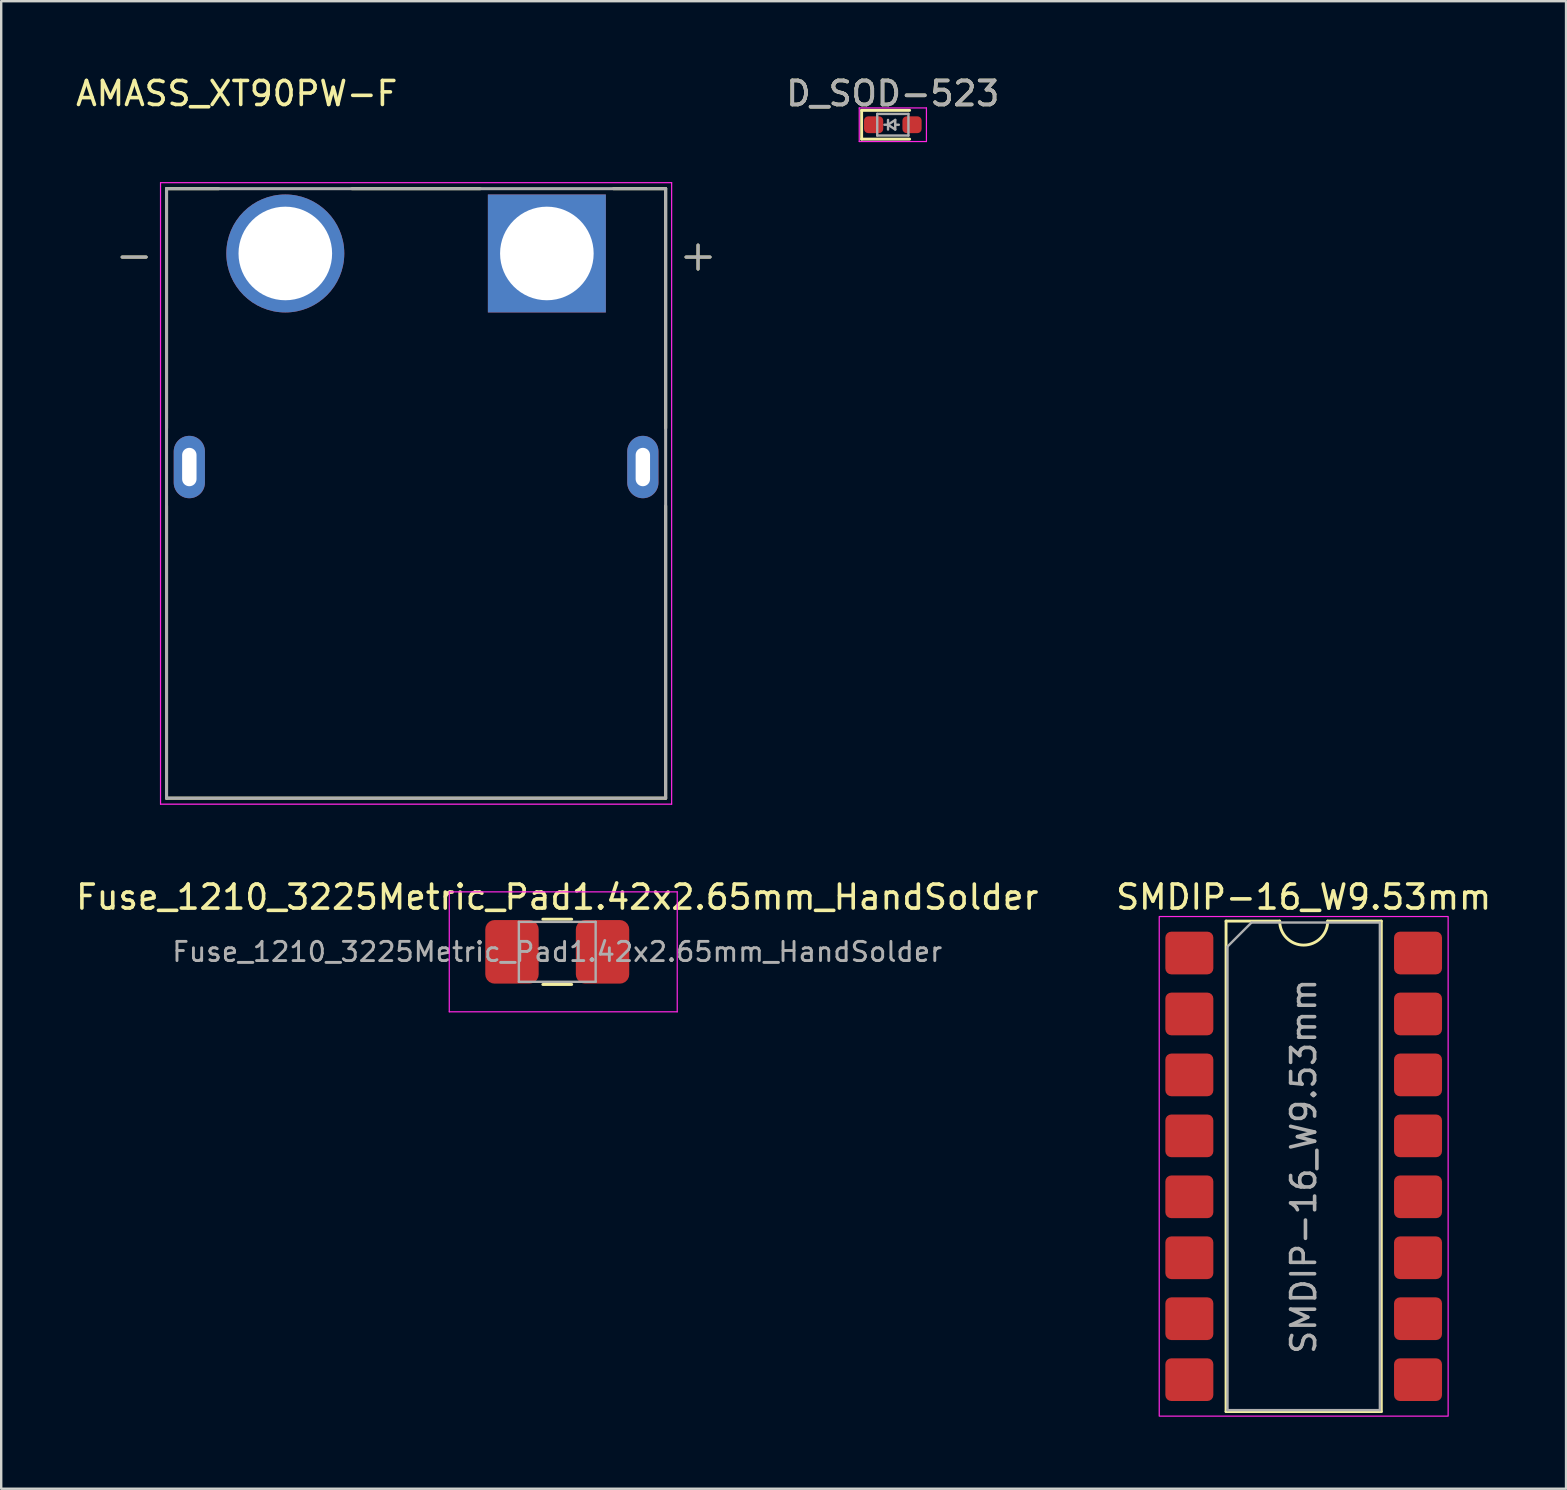
<source format=kicad_pcb>
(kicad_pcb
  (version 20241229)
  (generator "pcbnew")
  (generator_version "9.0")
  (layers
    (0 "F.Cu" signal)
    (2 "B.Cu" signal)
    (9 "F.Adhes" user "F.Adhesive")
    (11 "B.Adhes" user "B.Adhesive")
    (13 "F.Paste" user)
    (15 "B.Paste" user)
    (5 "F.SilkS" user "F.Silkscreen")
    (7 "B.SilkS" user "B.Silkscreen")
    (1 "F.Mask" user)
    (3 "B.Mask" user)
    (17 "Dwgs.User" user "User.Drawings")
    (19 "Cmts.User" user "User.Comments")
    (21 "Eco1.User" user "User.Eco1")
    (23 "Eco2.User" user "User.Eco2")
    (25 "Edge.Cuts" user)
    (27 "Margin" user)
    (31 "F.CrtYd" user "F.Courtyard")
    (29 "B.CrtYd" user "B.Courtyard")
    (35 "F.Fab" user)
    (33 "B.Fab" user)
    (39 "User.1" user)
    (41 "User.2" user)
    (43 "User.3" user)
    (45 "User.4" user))
  (footprint "D_SOD-523"
    (layer "F.Cu")
    (at 34.158 2.148)
    (property "Reference" "D_SOD-523" (at 0 -1.3 0) (layer "F.SilkS") (effects (font (size 1 1) (thickness 0.15))))
    (attr smd)
    (fp_line (start -1.3 -0.6) (end -1.3 0.6) (stroke (width 0.12) (type solid)) (layer "F.SilkS"))
    (fp_line (start 0.7 -0.6) (end -1.3 -0.6) (stroke (width 0.12) (type solid)) (layer "F.SilkS"))
    (fp_line (start 0.7 0.6) (end -1.3 0.6) (stroke (width 0.12) (type solid)) (layer "F.SilkS"))
    (fp_line (start -1.4 -0.7) (end 1.4 -0.7) (stroke (width 0.05) (type solid)) (layer "F.CrtYd"))
    (fp_line (start -1.4 0.7) (end -1.4 -0.7) (stroke (width 0.05) (type solid)) (layer "F.CrtYd"))
    (fp_line (start 1.4 -0.7) (end 1.4 0.7) (stroke (width 0.05) (type solid)) (layer "F.CrtYd"))
    (fp_line (start 1.4 0.7) (end -1.4 0.7) (stroke (width 0.05) (type solid)) (layer "F.CrtYd"))
    (fp_line (start -0.65 -0.45) (end 0.65 -0.45) (stroke (width 0.1) (type solid)) (layer "F.Fab"))
    (fp_line (start -0.65 0.45) (end -0.65 -0.45) (stroke (width 0.1) (type solid)) (layer "F.Fab"))
    (fp_line (start -0.2 0) (end -0.35 0) (stroke (width 0.1) (type solid)) (layer "F.Fab"))
    (fp_line (start -0.2 0) (end 0.1 0.2) (stroke (width 0.1) (type solid)) (layer "F.Fab"))
    (fp_line (start -0.2 0.2) (end -0.2 -0.2) (stroke (width 0.1) (type solid)) (layer "F.Fab"))
    (fp_line (start 0.1 -0.2) (end -0.2 0) (stroke (width 0.1) (type solid)) (layer "F.Fab"))
    (fp_line (start 0.1 0) (end 0.25 0) (stroke (width 0.1) (type solid)) (layer "F.Fab"))
    (fp_line (start 0.1 0.2) (end 0.1 -0.2) (stroke (width 0.1) (type solid)) (layer "F.Fab"))
    (fp_line (start 0.65 -0.45) (end 0.65 0.45) (stroke (width 0.1) (type solid)) (layer "F.Fab"))
    (fp_line (start 0.65 0.45) (end -0.65 0.45) (stroke (width 0.1) (type solid)) (layer "F.Fab"))
    (fp_text user "${REFERENCE}" (at 0 -1.3 0) (layer "F.Fab") (effects (font (size 1 1) (thickness 0.15))))
    (pad "1" smd roundrect (at -0.8 0 180) (size 0.8 0.7) (layers "F.Cu" "F.Mask" "F.Paste") (roundrect_rratio 0.25))
    (pad "2" smd roundrect (at 0.8 0 180) (size 0.8 0.7) (layers "F.Cu" "F.Mask" "F.Paste") (roundrect_rratio 0.25)))
  (footprint "SMDIP-16_W9.53mm"
    (layer "F.Cu")
    (at 51.28 45.556)
    (property "Reference" "SMDIP-16_W9.53mm" (at 0 -11.22 0) (layer "F.SilkS") (effects (font (size 1 1) (thickness 0.15))))
    (attr smd)
    (fp_line (start -3.235 -10.22) (end -3.235 10.22) (stroke (width 0.12) (type solid)) (layer "F.SilkS"))
    (fp_line (start -3.235 10.22) (end 3.235 10.22) (stroke (width 0.12) (type solid)) (layer "F.SilkS"))
    (fp_line (start -1 -10.22) (end -3.235 -10.22) (stroke (width 0.12) (type solid)) (layer "F.SilkS"))
    (fp_line (start 3.235 -10.22) (end 1 -10.22) (stroke (width 0.12) (type solid)) (layer "F.SilkS"))
    (fp_line (start 3.235 10.22) (end 3.235 -10.22) (stroke (width 0.12) (type solid)) (layer "F.SilkS"))
    (fp_arc (start 1 -10.22) (mid 0 -9.22) (end -1 -10.22) (stroke (width 0.12) (type solid)) (layer "F.SilkS"))
    (fp_rect (start -6.02 -10.41) (end 6.02 10.41) (stroke (width 0.05) (type solid)) (fill no) (layer "F.CrtYd"))
    (fp_line (start -3.175 -9.16) (end -2.175 -10.16) (stroke (width 0.1) (type solid)) (layer "F.Fab"))
    (fp_line (start -3.175 10.16) (end -3.175 -9.16) (stroke (width 0.1) (type solid)) (layer "F.Fab"))
    (fp_line (start -2.175 -10.16) (end 3.175 -10.16) (stroke (width 0.1) (type solid)) (layer "F.Fab"))
    (fp_line (start 3.175 -10.16) (end 3.175 10.16) (stroke (width 0.1) (type solid)) (layer "F.Fab"))
    (fp_line (start 3.175 10.16) (end -3.175 10.16) (stroke (width 0.1) (type solid)) (layer "F.Fab"))
    (fp_text user "${REFERENCE}" (at 0 0 90) (layer "F.Fab") (effects (font (size 1 1) (thickness 0.15))))
    (pad "1" smd roundrect (at -4.765 -8.89) (size 2 1.78) (layers "F.Cu" "F.Mask" "F.Paste") (roundrect_rratio 0.14))
    (pad "2" smd roundrect (at -4.765 -6.35) (size 2 1.78) (layers "F.Cu" "F.Mask" "F.Paste") (roundrect_rratio 0.14))
    (pad "3" smd roundrect (at -4.765 -3.81) (size 2 1.78) (layers "F.Cu" "F.Mask" "F.Paste") (roundrect_rratio 0.14))
    (pad "4" smd roundrect (at -4.765 -1.27) (size 2 1.78) (layers "F.Cu" "F.Mask" "F.Paste") (roundrect_rratio 0.14))
    (pad "5" smd roundrect (at -4.765 1.27) (size 2 1.78) (layers "F.Cu" "F.Mask" "F.Paste") (roundrect_rratio 0.14))
    (pad "6" smd roundrect (at -4.765 3.81) (size 2 1.78) (layers "F.Cu" "F.Mask" "F.Paste") (roundrect_rratio 0.14))
    (pad "7" smd roundrect (at -4.765 6.35) (size 2 1.78) (layers "F.Cu" "F.Mask" "F.Paste") (roundrect_rratio 0.14))
    (pad "8" smd roundrect (at -4.765 8.89) (size 2 1.78) (layers "F.Cu" "F.Mask" "F.Paste") (roundrect_rratio 0.14))
    (pad "9" smd roundrect (at 4.765 8.89) (size 2 1.78) (layers "F.Cu" "F.Mask" "F.Paste") (roundrect_rratio 0.14))
    (pad "10" smd roundrect (at 4.765 6.35) (size 2 1.78) (layers "F.Cu" "F.Mask" "F.Paste") (roundrect_rratio 0.14))
    (pad "11" smd roundrect (at 4.765 3.81) (size 2 1.78) (layers "F.Cu" "F.Mask" "F.Paste") (roundrect_rratio 0.14))
    (pad "12" smd roundrect (at 4.765 1.27) (size 2 1.78) (layers "F.Cu" "F.Mask" "F.Paste") (roundrect_rratio 0.14))
    (pad "13" smd roundrect (at 4.765 -1.27) (size 2 1.78) (layers "F.Cu" "F.Mask" "F.Paste") (roundrect_rratio 0.14))
    (pad "14" smd roundrect (at 4.765 -3.81) (size 2 1.78) (layers "F.Cu" "F.Mask" "F.Paste") (roundrect_rratio 0.14))
    (pad "15" smd roundrect (at 4.765 -6.35) (size 2 1.78) (layers "F.Cu" "F.Mask" "F.Paste") (roundrect_rratio 0.14))
    (pad "16" smd roundrect (at 4.765 -8.89) (size 2 1.78) (layers "F.Cu" "F.Mask" "F.Paste") (roundrect_rratio 0.14)))
  (footprint "AMASS_XT90PW-F"
    (layer "F.Cu")
    (at 14.29 16.413)
    (property "Reference" "AMASS_XT90PW-F" (at -7.475 -15.565 0) (layer "F.SilkS") (effects (font (size 1 1) (thickness 0.15))))
    (attr through_hole)
    (fp_line (start -11.25 -8.75) (end -12.25 -8.75) (stroke (width 0.127) (type solid)) (layer "F.SilkS"))
    (fp_line (start -10.4 -11.6) (end -10.4 -1.62) (stroke (width 0.127) (type solid)) (layer "F.SilkS"))
    (fp_line (start -10.4 -11.6) (end -8.228 -11.6) (stroke (width 0.127) (type solid)) (layer "F.SilkS"))
    (fp_line (start -10.4 13.8) (end -10.4 1.62) (stroke (width 0.127) (type solid)) (layer "F.SilkS"))
    (fp_line (start 2.672 -11.6) (end -2.672 -11.6) (stroke (width 0.127) (type solid)) (layer "F.SilkS"))
    (fp_line (start 8.228 -11.6) (end 10.4 -11.6) (stroke (width 0.127) (type solid)) (layer "F.SilkS"))
    (fp_line (start 10.4 -11.6) (end 10.4 -1.62) (stroke (width 0.127) (type solid)) (layer "F.SilkS"))
    (fp_line (start 10.4 1.62) (end 10.4 13.8) (stroke (width 0.127) (type solid)) (layer "F.SilkS"))
    (fp_line (start 10.4 13.8) (end -10.4 13.8) (stroke (width 0.127) (type solid)) (layer "F.SilkS"))
    (fp_line (start 11.25 -8.75) (end 12.25 -8.75) (stroke (width 0.127) (type solid)) (layer "F.SilkS"))
    (fp_line (start 11.75 -8.25) (end 11.75 -9.25) (stroke (width 0.127) (type solid)) (layer "F.SilkS"))
    (fp_line (start -10.65 -11.85) (end -10.65 14.05) (stroke (width 0.05) (type solid)) (layer "F.CrtYd"))
    (fp_line (start -10.65 14.05) (end 10.65 14.05) (stroke (width 0.05) (type solid)) (layer "F.CrtYd"))
    (fp_line (start 10.65 -11.85) (end -10.65 -11.85) (stroke (width 0.05) (type solid)) (layer "F.CrtYd"))
    (fp_line (start 10.65 14.05) (end 10.65 -11.85) (stroke (width 0.05) (type solid)) (layer "F.CrtYd"))
    (fp_line (start -11.25 -8.75) (end -12.25 -8.75) (stroke (width 0.127) (type solid)) (layer "F.Fab"))
    (fp_line (start -10.4 -11.6) (end 10.4 -11.6) (stroke (width 0.127) (type solid)) (layer "F.Fab"))
    (fp_line (start -10.4 13.8) (end -10.4 -11.6) (stroke (width 0.127) (type solid)) (layer "F.Fab"))
    (fp_line (start 10.4 -11.6) (end 10.4 13.8) (stroke (width 0.127) (type solid)) (layer "F.Fab"))
    (fp_line (start 10.4 13.8) (end -10.4 13.8) (stroke (width 0.127) (type solid)) (layer "F.Fab"))
    (fp_line (start 11.75 -8.25) (end 11.75 -9.25) (stroke (width 0.127) (type solid)) (layer "F.Fab"))
    (fp_line (start 12.25 -8.75) (end 11.25 -8.75) (stroke (width 0.127) (type solid)) (layer "F.Fab"))
    (pad "1" thru_hole circle (at -5.45 -8.9) (size 4.916 4.916) (drill 3.9) (layers "*.Cu" "*.Mask"))
    (pad "2" thru_hole rect (at 5.45 -8.9) (size 4.916 4.916) (drill 3.9) (layers "*.Cu" "*.Mask"))
    (pad "S1" thru_hole oval (at 9.45 0) (size 1.3 2.6) (drill oval 0.6 1.6) (layers "*.Cu" "*.Mask"))
    (pad "S2" thru_hole oval (at -9.45 0) (size 1.3 2.6) (drill oval 0.6 1.6) (layers "*.Cu" "*.Mask")))
  (footprint "Fuse_1210_3225Metric_Pad1.42x2.65mm_HandSolder"
    (layer "F.Cu")
    (at 20.173 36.617)
    (property "Reference" "Fuse_1210_3225Metric_Pad1.42x2.65mm_HandSolder" (at 0 -2.28 0) (layer "F.SilkS") (effects (font (size 1 1) (thickness 0.15))))
    (attr smd)
    (fp_line (start -0.602 -1.36) (end 0.602 -1.36) (stroke (width 0.12) (type solid)) (layer "F.SilkS"))
    (fp_line (start -0.602 1.36) (end 0.602 1.36) (stroke (width 0.12) (type solid)) (layer "F.SilkS"))
    (fp_line (start -4.5 -2.5) (end 5 -2.5) (stroke (width 0.05) (type solid)) (layer "F.CrtYd"))
    (fp_line (start -4.5 2.5) (end -4.5 -2.5) (stroke (width 0.05) (type solid)) (layer "F.CrtYd"))
    (fp_line (start 5 -2.5) (end 5 2.5) (stroke (width 0.05) (type solid)) (layer "F.CrtYd"))
    (fp_line (start 5 2.5) (end -4.5 2.5) (stroke (width 0.05) (type solid)) (layer "F.CrtYd"))
    (fp_line (start -1.6 -1.25) (end 1.6 -1.25) (stroke (width 0.1) (type solid)) (layer "F.Fab"))
    (fp_line (start -1.6 1.25) (end -1.6 -1.25) (stroke (width 0.1) (type solid)) (layer "F.Fab"))
    (fp_line (start 1.6 -1.25) (end 1.6 1.25) (stroke (width 0.1) (type solid)) (layer "F.Fab"))
    (fp_line (start 1.6 1.25) (end -1.6 1.25) (stroke (width 0.1) (type solid)) (layer "F.Fab"))
    (fp_text user "${REFERENCE}" (at 0 0 0) (layer "F.Fab") (effects (font (size 0.8 0.8) (thickness 0.12))))
    (pad "1" smd roundrect (at -1.887 0) (size 2.225 2.65) (layers "F.Cu" "F.Mask" "F.Paste") (roundrect_rratio 0.175))
    (pad "2" smd roundrect (at 1.887 0) (size 2.225 2.65) (layers "F.Cu" "F.Mask" "F.Paste") (roundrect_rratio 0.175))
    (zone (net_name "") (layer "F.Cu") (hatch edge 0.5) (connect_pads) (min_thickness 0.25) (filled_areas_thickness no) (keepout (tracks allowed) (vias allowed) (pads allowed) (copperpour not_allowed) (footprints allowed)) (placement (enabled no)) (fill) (polygon (pts (xy 25.173 34.117) (xy 15.673 34.117) (xy 15.673 39.117) (xy 25.173 39.117)))))
  (gr_rect
    (start -3 -3)
    (end 62.214 58.992)
    (stroke (width 0.1) (type default))
    (fill no)
    (layer "Edge.Cuts")))
</source>
